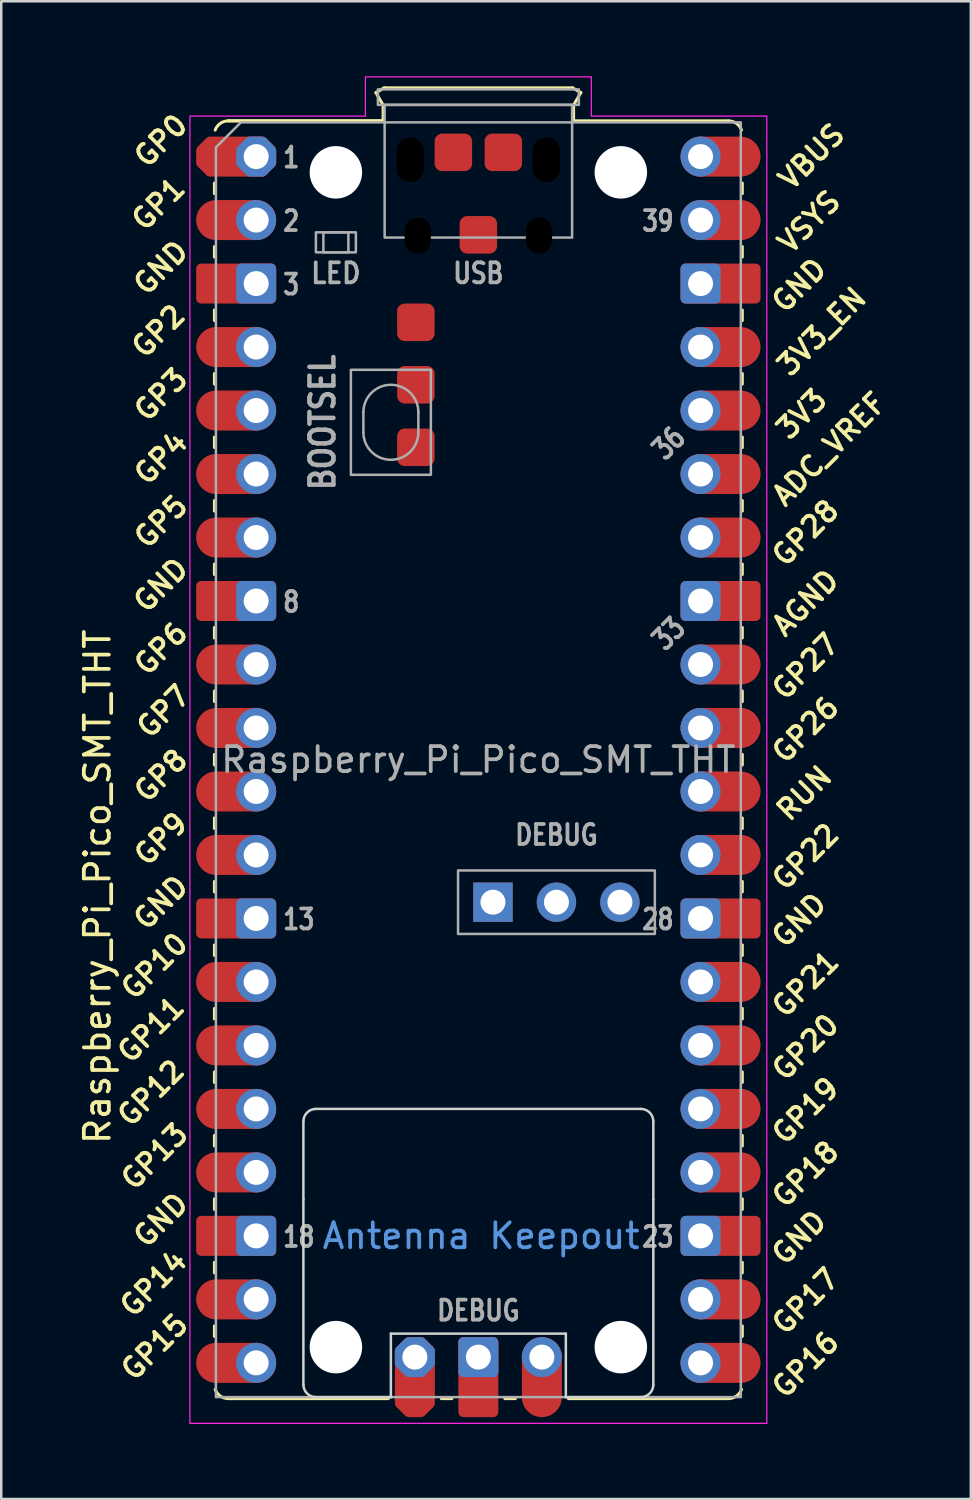
<source format=kicad_pcb>
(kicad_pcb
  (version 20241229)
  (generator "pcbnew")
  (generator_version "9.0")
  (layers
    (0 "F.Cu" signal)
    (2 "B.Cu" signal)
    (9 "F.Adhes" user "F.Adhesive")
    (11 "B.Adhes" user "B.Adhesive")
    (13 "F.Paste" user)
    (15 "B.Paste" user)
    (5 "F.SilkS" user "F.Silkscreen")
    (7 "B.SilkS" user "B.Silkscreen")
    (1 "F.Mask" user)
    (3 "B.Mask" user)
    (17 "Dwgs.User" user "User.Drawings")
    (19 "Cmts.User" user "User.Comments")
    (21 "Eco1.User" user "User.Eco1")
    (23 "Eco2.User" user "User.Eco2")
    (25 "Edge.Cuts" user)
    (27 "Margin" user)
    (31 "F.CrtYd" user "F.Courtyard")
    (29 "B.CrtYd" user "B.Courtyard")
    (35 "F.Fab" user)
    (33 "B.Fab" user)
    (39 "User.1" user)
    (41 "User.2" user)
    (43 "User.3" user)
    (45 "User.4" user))
  (footprint "Raspberry_Pi_Pico_SMT_THT"
    (layer "F.Cu")
    (at 7.198 3.215)
    (property "Reference" "Raspberry_Pi_Pico_SMT_THT" (at -6.35 29.21 270) (layer "F.SilkS") (effects (font (size 1 1) (thickness 0.15))))
    (attr through_hole)
    (fp_line (start -1.67 1.06) (end -1.67 1.48) (stroke (width 0.12) (type solid)) (layer "F.SilkS"))
    (fp_line (start -1.67 3.6) (end -1.67 4.02) (stroke (width 0.12) (type solid)) (layer "F.SilkS"))
    (fp_line (start -1.67 6.14) (end -1.67 6.56) (stroke (width 0.12) (type solid)) (layer "F.SilkS"))
    (fp_line (start -1.67 8.68) (end -1.67 9.1) (stroke (width 0.12) (type solid)) (layer "F.SilkS"))
    (fp_line (start -1.67 11.22) (end -1.67 11.64) (stroke (width 0.12) (type solid)) (layer "F.SilkS"))
    (fp_line (start -1.67 13.76) (end -1.67 14.18) (stroke (width 0.12) (type solid)) (layer "F.SilkS"))
    (fp_line (start -1.67 16.3) (end -1.67 16.72) (stroke (width 0.12) (type solid)) (layer "F.SilkS"))
    (fp_line (start -1.67 18.84) (end -1.67 19.26) (stroke (width 0.12) (type solid)) (layer "F.SilkS"))
    (fp_line (start -1.67 21.38) (end -1.67 21.8) (stroke (width 0.12) (type solid)) (layer "F.SilkS"))
    (fp_line (start -1.67 23.92) (end -1.67 24.34) (stroke (width 0.12) (type solid)) (layer "F.SilkS"))
    (fp_line (start -1.67 26.46) (end -1.67 26.88) (stroke (width 0.12) (type solid)) (layer "F.SilkS"))
    (fp_line (start -1.67 29) (end -1.67 29.42) (stroke (width 0.12) (type solid)) (layer "F.SilkS"))
    (fp_line (start -1.67 31.54) (end -1.67 31.96) (stroke (width 0.12) (type solid)) (layer "F.SilkS"))
    (fp_line (start -1.67 34.08) (end -1.67 34.5) (stroke (width 0.12) (type solid)) (layer "F.SilkS"))
    (fp_line (start -1.67 36.62) (end -1.67 37.04) (stroke (width 0.12) (type solid)) (layer "F.SilkS"))
    (fp_line (start -1.67 39.16) (end -1.67 39.58) (stroke (width 0.12) (type solid)) (layer "F.SilkS"))
    (fp_line (start -1.67 41.7) (end -1.67 42.12) (stroke (width 0.12) (type solid)) (layer "F.SilkS"))
    (fp_line (start -1.67 44.24) (end -1.67 44.66) (stroke (width 0.12) (type solid)) (layer "F.SilkS"))
    (fp_line (start -1.67 46.78) (end -1.67 47.2) (stroke (width 0.12) (type solid)) (layer "F.SilkS"))
    (fp_line (start -1.11 -1.43) (end 5.08 -1.43) (stroke (width 0.12) (type solid)) (layer "F.SilkS"))
    (fp_line (start -1.11 49.69) (end 5.29 49.69) (stroke (width 0.12) (type solid)) (layer "F.SilkS"))
    (fp_line (start 4.79 -2.56) (end 5.12 -2.75) (stroke (width 0.12) (type solid)) (layer "F.SilkS"))
    (fp_line (start 5.08 -2.06) (end 4.79 -2.56) (stroke (width 0.12) (type solid)) (layer "F.SilkS"))
    (fp_line (start 5.08 -1.43) (end -1.11 -1.43) (stroke (width 0.12) (type solid)) (layer "F.SilkS"))
    (fp_line (start 5.08 -1.43) (end 5.08 -2.06) (stroke (width 0.12) (type solid)) (layer "F.SilkS"))
    (fp_line (start 5.12 -2.75) (end 12.66 -2.75) (stroke (width 0.12) (type solid)) (layer "F.SilkS"))
    (fp_line (start 7.41 49.69) (end 7.83 49.69) (stroke (width 0.12) (type solid)) (layer "F.SilkS"))
    (fp_line (start 9.95 49.69) (end 10.37 49.69) (stroke (width 0.12) (type solid)) (layer "F.SilkS"))
    (fp_line (start 12.49 49.69) (end 18.89 49.69) (stroke (width 0.12) (type solid)) (layer "F.SilkS"))
    (fp_line (start 12.66 -2.75) (end 12.99 -2.56) (stroke (width 0.12) (type solid)) (layer "F.SilkS"))
    (fp_line (start 12.7 -2.06) (end 12.7 -1.43) (stroke (width 0.12) (type solid)) (layer "F.SilkS"))
    (fp_line (start 12.99 -2.56) (end 12.7 -2.06) (stroke (width 0.12) (type solid)) (layer "F.SilkS"))
    (fp_line (start 18.89 -1.43) (end 12.7 -1.43) (stroke (width 0.12) (type solid)) (layer "F.SilkS"))
    (fp_line (start 19.45 1.06) (end 19.45 1.48) (stroke (width 0.12) (type solid)) (layer "F.SilkS"))
    (fp_line (start 19.45 3.6) (end 19.45 4.02) (stroke (width 0.12) (type solid)) (layer "F.SilkS"))
    (fp_line (start 19.45 6.14) (end 19.45 6.56) (stroke (width 0.12) (type solid)) (layer "F.SilkS"))
    (fp_line (start 19.45 8.68) (end 19.45 9.1) (stroke (width 0.12) (type solid)) (layer "F.SilkS"))
    (fp_line (start 19.45 11.22) (end 19.45 11.64) (stroke (width 0.12) (type solid)) (layer "F.SilkS"))
    (fp_line (start 19.45 13.76) (end 19.45 14.18) (stroke (width 0.12) (type solid)) (layer "F.SilkS"))
    (fp_line (start 19.45 16.3) (end 19.45 16.72) (stroke (width 0.12) (type solid)) (layer "F.SilkS"))
    (fp_line (start 19.45 18.84) (end 19.45 19.26) (stroke (width 0.12) (type solid)) (layer "F.SilkS"))
    (fp_line (start 19.45 21.38) (end 19.45 21.8) (stroke (width 0.12) (type solid)) (layer "F.SilkS"))
    (fp_line (start 19.45 23.92) (end 19.45 24.34) (stroke (width 0.12) (type solid)) (layer "F.SilkS"))
    (fp_line (start 19.45 26.46) (end 19.45 26.88) (stroke (width 0.12) (type solid)) (layer "F.SilkS"))
    (fp_line (start 19.45 29) (end 19.45 29.42) (stroke (width 0.12) (type solid)) (layer "F.SilkS"))
    (fp_line (start 19.45 31.54) (end 19.45 31.96) (stroke (width 0.12) (type solid)) (layer "F.SilkS"))
    (fp_line (start 19.45 34.08) (end 19.45 34.5) (stroke (width 0.12) (type solid)) (layer "F.SilkS"))
    (fp_line (start 19.45 36.62) (end 19.45 37.04) (stroke (width 0.12) (type solid)) (layer "F.SilkS"))
    (fp_line (start 19.45 39.16) (end 19.45 39.58) (stroke (width 0.12) (type solid)) (layer "F.SilkS"))
    (fp_line (start 19.45 41.7) (end 19.45 42.12) (stroke (width 0.12) (type solid)) (layer "F.SilkS"))
    (fp_line (start 19.45 44.24) (end 19.45 44.66) (stroke (width 0.12) (type solid)) (layer "F.SilkS"))
    (fp_line (start 19.45 46.78) (end 19.45 47.2) (stroke (width 0.12) (type solid)) (layer "F.SilkS"))
    (fp_arc (start -1.64 -1.06) (mid -1.433508 -1.328808) (end -1.11 -1.43) (stroke (width 0.12) (type solid)) (layer "F.SilkS"))
    (fp_arc (start -1.11 49.69) (mid -1.433508 49.588809) (end -1.64 49.32) (stroke (width 0.12) (type solid)) (layer "F.SilkS"))
    (fp_arc (start 18.89 -1.43) (mid 19.213508 -1.328809) (end 19.42 -1.06) (stroke (width 0.12) (type solid)) (layer "F.SilkS"))
    (fp_arc (start 19.42 49.32) (mid 19.213508 49.588808) (end 18.89 49.69) (stroke (width 0.12) (type solid)) (layer "F.SilkS"))
    (fp_line (start 1.89 38.6) (end 1.89 41.73) (stroke (width 0.1) (type default)) (layer "Edge.Cuts"))
    (fp_line (start 1.89 49.13) (end 1.89 41.73) (stroke (width 0.1) (type solid)) (layer "Edge.Cuts"))
    (fp_line (start 2.39 38.1) (end 15.39 38.1) (stroke (width 0.1) (type solid)) (layer "Edge.Cuts"))
    (fp_line (start 2.39 49.63) (end 5.39 49.63) (stroke (width 0.1) (type default)) (layer "Edge.Cuts"))
    (fp_line (start 5.39 49.63) (end 5.39 47.09) (stroke (width 0.1) (type default)) (layer "Edge.Cuts"))
    (fp_line (start 12.39 47.09) (end 5.39 47.09) (stroke (width 0.1) (type default)) (layer "Edge.Cuts"))
    (fp_line (start 12.39 49.63) (end 12.39 47.09) (stroke (width 0.1) (type default)) (layer "Edge.Cuts"))
    (fp_line (start 15.39 49.63) (end 12.39 49.63) (stroke (width 0.1) (type default)) (layer "Edge.Cuts"))
    (fp_line (start 15.89 38.6) (end 15.89 41.73) (stroke (width 0.1) (type default)) (layer "Edge.Cuts"))
    (fp_line (start 15.89 41.73) (end 15.89 49.13) (stroke (width 0.1) (type solid)) (layer "Edge.Cuts"))
    (fp_arc (start 1.89 38.6) (mid 2.036447 38.246447) (end 2.39 38.1) (stroke (width 0.1) (type solid)) (layer "Edge.Cuts"))
    (fp_arc (start 2.39 49.63) (mid 2.036447 49.483553) (end 1.89 49.13) (stroke (width 0.1) (type solid)) (layer "Edge.Cuts"))
    (fp_arc (start 15.39 38.1) (mid 15.743553 38.246447) (end 15.89 38.6) (stroke (width 0.1) (type solid)) (layer "Edge.Cuts"))
    (fp_arc (start 15.89 49.13) (mid 15.743553 49.483553) (end 15.39 49.63) (stroke (width 0.1) (type solid)) (layer "Edge.Cuts"))
    (fp_poly (pts (xy 13.41 -1.62) (xy 20.43 -1.62) (xy 20.43 50.68) (xy -2.65 50.68) (xy -2.65 -1.62) (xy 4.37 -1.62) (xy 4.37 -3.19) (xy 13.41 -3.19)) (stroke (width 0.05) (type solid)) (fill no) (layer "F.CrtYd"))
    (fp_line (start 4.29 10.23) (end 4.29 11.03) (stroke (width 0.1) (type solid)) (layer "F.Fab"))
    (fp_line (start 6.49 10.23) (end 6.49 11.03) (stroke (width 0.1) (type solid)) (layer "F.Fab"))
    (fp_rect (start 2.39 3.03) (end 3.99 3.83) (stroke (width 0.1) (type solid)) (fill no) (layer "F.Fab"))
    (fp_rect (start 2.69 3.03) (end 3.69 3.83) (stroke (width 0.1) (type solid)) (fill no) (layer "F.Fab"))
    (fp_rect (start 3.79 8.53) (end 6.99 12.73) (stroke (width 0.1) (type solid)) (fill no) (layer "F.Fab"))
    (fp_rect (start 4.87 -2.69) (end 12.91 -2.07) (stroke (width 0.1) (type solid)) (fill no) (layer "F.Fab"))
    (fp_rect (start 5.14 -2.07) (end 12.64 3.24) (stroke (width 0.1) (type solid)) (fill no) (layer "F.Fab"))
    (fp_rect (start 8.077 28.56) (end 15.951 31.1) (stroke (width 0.1) (type solid)) (fill no) (layer "F.Fab"))
    (fp_arc (start 4.29 10.23) (mid 5.39 9.13) (end 6.49 10.23) (stroke (width 0.1) (type solid)) (layer "F.Fab"))
    (fp_arc (start 6.49 11.03) (mid 5.39 12.13) (end 4.29 11.03) (stroke (width 0.1) (type solid)) (layer "F.Fab"))
    (fp_poly (pts (xy 19.39 49.63) (xy -1.61 49.63) (xy -1.61 -0.37) (xy -0.61 -1.37) (xy 19.39 -1.37)) (stroke (width 0.1) (type solid)) (fill no) (layer "F.Fab"))
    (fp_text user "GP6" (at -3.81 19.685 45) (layer "F.SilkS") (effects (font (size 0.8 0.8) (thickness 0.15))))
    (fp_text user "GP3" (at -3.81 9.525 45) (layer "F.SilkS") (effects (font (size 0.8 0.8) (thickness 0.15))))
    (fp_text user "3V3" (at 21.825 10.3 45) (layer "F.SilkS") (effects (font (size 0.8 0.8) (thickness 0.15))))
    (fp_text user "GP15" (at -4.064 47.625 45) (layer "F.SilkS") (effects (font (size 0.8 0.8) (thickness 0.15))))
    (fp_text user "GP19" (at 21.979 38.17 45) (layer "F.SilkS") (effects (font (size 0.8 0.8) (thickness 0.15))))
    (fp_text user "3V3_EN" (at 22.625 7 45) (layer "F.SilkS") (effects (font (size 0.8 0.8) (thickness 0.15))))
    (fp_text user "GP5" (at -3.81 14.605 45) (layer "F.SilkS") (effects (font (size 0.8 0.8) (thickness 0.15))))
    (fp_text user "GND" (at -3.81 17.145 45) (layer "F.SilkS") (effects (font (size 0.8 0.8) (thickness 0.15))))
    (fp_text user "GP2" (at -3.91 6.985 45) (layer "F.SilkS") (effects (font (size 0.8 0.8) (thickness 0.15))))
    (fp_text user "GND" (at -3.81 29.845 45) (layer "F.SilkS") (effects (font (size 0.8 0.8) (thickness 0.15))))
    (fp_text user "GP11" (at -4.21 34.925 45) (layer "F.SilkS") (effects (font (size 0.8 0.8) (thickness 0.15))))
    (fp_text user "GND" (at 21.725 30.55 45) (layer "F.SilkS") (effects (font (size 0.8 0.8) (thickness 0.15))))
    (fp_text user "VSYS" (at 22.125 2.61 45) (layer "F.SilkS") (effects (font (size 0.8 0.8) (thickness 0.15))))
    (fp_text user "GP26" (at 21.979 22.93 45) (layer "F.SilkS") (effects (font (size 0.8 0.8) (thickness 0.15))))
    (fp_text user "AGND" (at 21.979 17.85 45) (layer "F.SilkS") (effects (font (size 0.8 0.8) (thickness 0.15))))
    (fp_text user "GP14" (at -4.11 45.085 45) (layer "F.SilkS") (effects (font (size 0.8 0.8) (thickness 0.15))))
    (fp_text user "GP27" (at 21.979 20.4 45) (layer "F.SilkS") (effects (font (size 0.8 0.8) (thickness 0.15))))
    (fp_text user "VBUS" (at 22.225 0 45) (layer "F.SilkS") (effects (font (size 0.8 0.8) (thickness 0.15))))
    (fp_text user "GP17" (at 21.979 45.79 45) (layer "F.SilkS") (effects (font (size 0.8 0.8) (thickness 0.15))))
    (fp_text user "GND" (at -3.81 4.445 45) (layer "F.SilkS") (effects (font (size 0.8 0.8) (thickness 0.15))))
    (fp_text user "GP18" (at 21.979 40.71 45) (layer "F.SilkS") (effects (font (size 0.8 0.8) (thickness 0.15))))
    (fp_text user "GND" (at -3.81 42.545 45) (layer "F.SilkS") (effects (font (size 0.8 0.8) (thickness 0.15))))
    (fp_text user "GP1" (at -3.91 1.895 45) (layer "F.SilkS") (effects (font (size 0.8 0.8) (thickness 0.15))))
    (fp_text user "GP7" (at -3.71 22.195 45) (layer "F.SilkS") (effects (font (size 0.8 0.8) (thickness 0.15))))
    (fp_text user "GP4" (at -3.81 12.065 45) (layer "F.SilkS") (effects (font (size 0.8 0.8) (thickness 0.15))))
    (fp_text user "RUN" (at 21.925 25.47 45) (layer "F.SilkS") (effects (font (size 0.8 0.8) (thickness 0.15))))
    (fp_text user "GP9" (at -3.81 27.305 45) (layer "F.SilkS") (effects (font (size 0.8 0.8) (thickness 0.15))))
    (fp_text user "ADC_VREF" (at 22.925 11.7 45) (layer "F.SilkS") (effects (font (size 0.8 0.8) (thickness 0.15))))
    (fp_text user "GP22" (at 21.979 28.01 45) (layer "F.SilkS") (effects (font (size 0.8 0.8) (thickness 0.15))))
    (fp_text user "GND" (at 21.725 43.25 45) (layer "F.SilkS") (effects (font (size 0.8 0.8) (thickness 0.15))))
    (fp_text user "GP21" (at 21.979 33.1 45) (layer "F.SilkS") (effects (font (size 0.8 0.8) (thickness 0.15))))
    (fp_text user "GP8" (at -3.81 24.765 45) (layer "F.SilkS") (effects (font (size 0.8 0.8) (thickness 0.15))))
    (fp_text user "GP0" (at -3.81 -0.635 45) (layer "F.SilkS") (effects (font (size 0.8 0.8) (thickness 0.15))))
    (fp_text user "GP28" (at 21.979 15.056 45) (layer "F.SilkS") (effects (font (size 0.8 0.8) (thickness 0.15))))
    (fp_text user "GP10" (at -4.064 32.385 45) (layer "F.SilkS") (effects (font (size 0.8 0.8) (thickness 0.15))))
    (fp_text user "GP13" (at -4.064 40.005 45) (layer "F.SilkS") (effects (font (size 0.8 0.8) (thickness 0.15))))
    (fp_text user "GP20" (at 21.979 35.63 45) (layer "F.SilkS") (effects (font (size 0.8 0.8) (thickness 0.15))))
    (fp_text user "GP16" (at 21.979 48.33 45) (layer "F.SilkS") (effects (font (size 0.8 0.8) (thickness 0.15))))
    (fp_text user "GP12" (at -4.21 37.465 45) (layer "F.SilkS") (effects (font (size 0.8 0.8) (thickness 0.15))))
    (fp_text user "GND" (at 21.725 5.15 45) (layer "F.SilkS") (effects (font (size 0.8 0.8) (thickness 0.15))))
    (fp_text user "Antenna Keepout" (at 9 43.18 0) (unlocked yes) (layer "Cmts.User") (effects (font (size 1 1) (thickness 0.15))))
    (fp_text user "USB" (at 8.89 4.668 0) (unlocked yes) (layer "F.Fab") (effects (font (size 0.8 0.66) (thickness 0.15))))
    (fp_text user "2" (at 1 2.578 0) (unlocked yes) (layer "F.Fab") (effects (font (size 0.8 0.64) (thickness 0.15)) (justify left)))
    (fp_text user "${REFERENCE}" (at 8.89 24.13 0) (unlocked yes) (layer "F.Fab") (effects (font (size 1 1) (thickness 0.15))))
    (fp_text user "DEBUG" (at 8.89 46.168 0) (unlocked yes) (layer "F.Fab") (effects (font (size 0.8 0.66) (thickness 0.15))))
    (fp_text user "13" (at 1 30.518 0) (unlocked yes) (layer "F.Fab") (effects (font (size 0.8 0.64) (thickness 0.15)) (justify left)))
    (fp_text user "DEBUG" (at 12.014 27.138 0) (unlocked yes) (layer "F.Fab") (effects (font (size 0.8 0.66) (thickness 0.15))))
    (fp_text user "28" (at 16.78 30.518 0) (unlocked yes) (layer "F.Fab") (effects (font (size 0.8 0.64) (thickness 0.15)) (justify right)))
    (fp_text user "1" (at 1 0.038 0) (unlocked yes) (layer "F.Fab") (effects (font (size 0.8 0.64) (thickness 0.15)) (justify left)))
    (fp_text user "8" (at 1 17.818 0) (unlocked yes) (layer "F.Fab") (effects (font (size 0.8 0.64) (thickness 0.15)) (justify left)))
    (fp_text user "18" (at 1 43.218 0) (unlocked yes) (layer "F.Fab") (effects (font (size 0.8 0.64) (thickness 0.15)) (justify left)))
    (fp_text user "23" (at 16.78 43.218 0) (unlocked yes) (layer "F.Fab") (effects (font (size 0.8 0.64) (thickness 0.15)) (justify right)))
    (fp_text user "3" (at 1 5.118 0) (unlocked yes) (layer "F.Fab") (effects (font (size 0.8 0.64) (thickness 0.15)) (justify left)))
    (fp_text user "39" (at 16.78 2.578 0) (unlocked yes) (layer "F.Fab") (effects (font (size 0.8 0.64) (thickness 0.15)) (justify right)))
    (fp_text user "BOOTSEL" (at 2.656 10.63 90) (unlocked yes) (layer "F.Fab") (effects (font (size 0.96 0.825) (thickness 0.18))))
    (fp_text user "36" (at 16.51 11.468 45) (unlocked yes) (layer "F.Fab") (effects (font (size 0.8 0.64) (thickness 0.15))))
    (fp_text user "LED" (at 3.19 4.668 0) (unlocked yes) (layer "F.Fab") (effects (font (size 0.8 0.72) (thickness 0.15))))
    (fp_text user "33" (at 16.51 19.088 45) (unlocked yes) (layer "F.Fab") (effects (font (size 0.8 0.64) (thickness 0.15))))
    (pad "" np_thru_hole circle (at 3.19 0.63) (size 2.1 2.1) (drill 2.1) (layers "*.Cu" "*.Mask"))
    (pad "" np_thru_hole circle (at 3.19 47.63) (size 2.1 2.1) (drill 2.1) (layers "*.Cu" "*.Mask"))
    (pad "" np_thru_hole oval (at 6.165 0.13) (size 1.1 1.8) (drill oval 1.1 1.8) (layers "*.Mask"))
    (pad "" np_thru_hole oval (at 6.465 3.16) (size 1.05 1.45) (drill oval 1.05 1.45) (layers "*.Mask"))
    (pad "" np_thru_hole oval (at 11.315 3.16) (size 1.05 1.45) (drill oval 1.05 1.45) (layers "*.Mask"))
    (pad "" np_thru_hole oval (at 11.615 0.13) (size 1.1 1.8) (drill oval 1.1 1.8) (layers "*.Mask"))
    (pad "" np_thru_hole circle (at 14.59 0.63) (size 2.1 2.1) (drill 2.1) (layers "*.Cu" "*.Mask"))
    (pad "" np_thru_hole circle (at 14.59 47.63) (size 2.1 2.1) (drill 2.1) (layers "*.Cu" "*.Mask"))
    (pad "1" smd custom (at -1.6 0) (size 1.6 1.6) (layers "F.Cu" "F.Mask") (options (anchor circle)) (primitives (gr_poly (pts (xy 2.2 0.249) (xy 1.849 0.6) (xy -0.249 0.6) (xy -0.6 0.249) (xy -0.6 -0.249) (xy -0.249 -0.6) (xy 1.849 -0.6) (xy 2.2 -0.249)) (width 0.4) (fill yes))))
    (pad "1" thru_hole custom (at 0 0) (size 1.6 1.6) (drill 1) (layers "*.Cu" "*.Mask") (options (anchor circle)) (primitives (gr_poly (pts (xy 0.6 0.249) (xy 0.249 0.6) (xy -0.249 0.6) (xy -0.6 0.249) (xy -0.6 -0.249) (xy -0.249 -0.6) (xy 0.249 -0.6) (xy 0.6 -0.249)) (width 0.4) (fill yes))))
    (pad "2" smd oval (at -1.6 2.54) (size 3.2 1.6) (drill (offset 0.8 0)) (layers "F.Cu" "F.Mask"))
    (pad "2" thru_hole circle (at 0 2.54) (size 1.6 1.6) (drill 1) (layers "*.Cu" "*.Mask"))
    (pad "3" smd roundrect (at -1.6 5.08) (size 3.2 1.6) (drill (offset 0.8 0)) (layers "F.Cu" "F.Mask") (roundrect_rratio 0.125))
    (pad "3" thru_hole roundrect (at 0 5.08) (size 1.6 1.6) (drill 1) (layers "*.Cu" "*.Mask") (roundrect_rratio 0.125))
    (pad "4" smd oval (at -1.6 7.62) (size 3.2 1.6) (drill (offset 0.8 0)) (layers "F.Cu" "F.Mask"))
    (pad "4" thru_hole circle (at 0 7.62) (size 1.6 1.6) (drill 1) (layers "*.Cu" "*.Mask"))
    (pad "5" smd oval (at -1.6 10.16) (size 3.2 1.6) (drill (offset 0.8 0)) (layers "F.Cu" "F.Mask"))
    (pad "5" thru_hole circle (at 0 10.16) (size 1.6 1.6) (drill 1) (layers "*.Cu" "*.Mask"))
    (pad "6" smd oval (at -1.6 12.7) (size 3.2 1.6) (drill (offset 0.8 0)) (layers "F.Cu" "F.Mask"))
    (pad "6" thru_hole circle (at 0 12.7) (size 1.6 1.6) (drill 1) (layers "*.Cu" "*.Mask"))
    (pad "7" smd oval (at -1.6 15.24) (size 3.2 1.6) (drill (offset 0.8 0)) (layers "F.Cu" "F.Mask"))
    (pad "7" thru_hole circle (at 0 15.24) (size 1.6 1.6) (drill 1) (layers "*.Cu" "*.Mask"))
    (pad "8" smd roundrect (at -1.6 17.78) (size 3.2 1.6) (drill (offset 0.8 0)) (layers "F.Cu" "F.Mask") (roundrect_rratio 0.125))
    (pad "8" thru_hole roundrect (at 0 17.78) (size 1.6 1.6) (drill 1) (layers "*.Cu" "*.Mask") (roundrect_rratio 0.125))
    (pad "9" smd oval (at -1.6 20.32) (size 3.2 1.6) (drill (offset 0.8 0)) (layers "F.Cu" "F.Mask"))
    (pad "9" thru_hole circle (at 0 20.32) (size 1.6 1.6) (drill 1) (layers "*.Cu" "*.Mask"))
    (pad "10" smd oval (at -1.6 22.86) (size 3.2 1.6) (drill (offset 0.8 0)) (layers "F.Cu" "F.Mask"))
    (pad "10" thru_hole circle (at 0 22.86) (size 1.6 1.6) (drill 1) (layers "*.Cu" "*.Mask"))
    (pad "11" smd oval (at -1.6 25.4) (size 3.2 1.6) (drill (offset 0.8 0)) (layers "F.Cu" "F.Mask"))
    (pad "11" thru_hole circle (at 0 25.4) (size 1.6 1.6) (drill 1) (layers "*.Cu" "*.Mask"))
    (pad "12" smd oval (at -1.6 27.94) (size 3.2 1.6) (drill (offset 0.8 0)) (layers "F.Cu" "F.Mask"))
    (pad "12" thru_hole circle (at 0 27.94) (size 1.6 1.6) (drill 1) (layers "*.Cu" "*.Mask"))
    (pad "13" smd roundrect (at -1.6 30.48) (size 3.2 1.6) (drill (offset 0.8 0)) (layers "F.Cu" "F.Mask") (roundrect_rratio 0.125))
    (pad "13" thru_hole roundrect (at 0 30.48) (size 1.6 1.6) (drill 1) (layers "*.Cu" "*.Mask") (roundrect_rratio 0.125))
    (pad "14" smd oval (at -1.6 33.02) (size 3.2 1.6) (drill (offset 0.8 0)) (layers "F.Cu" "F.Mask"))
    (pad "14" thru_hole circle (at 0 33.02) (size 1.6 1.6) (drill 1) (layers "*.Cu" "*.Mask"))
    (pad "15" smd oval (at -1.6 35.56) (size 3.2 1.6) (drill (offset 0.8 0)) (layers "F.Cu" "F.Mask"))
    (pad "15" thru_hole circle (at 0 35.56) (size 1.6 1.6) (drill 1) (layers "*.Cu" "*.Mask"))
    (pad "16" smd oval (at -1.6 38.1) (size 3.2 1.6) (drill (offset 0.8 0)) (layers "F.Cu" "F.Mask"))
    (pad "16" thru_hole circle (at 0 38.1) (size 1.6 1.6) (drill 1) (layers "*.Cu" "*.Mask"))
    (pad "17" smd oval (at -1.6 40.64) (size 3.2 1.6) (drill (offset 0.8 0)) (layers "F.Cu" "F.Mask"))
    (pad "17" thru_hole circle (at 0 40.64) (size 1.6 1.6) (drill 1) (layers "*.Cu" "*.Mask"))
    (pad "18" smd roundrect (at -1.6 43.18) (size 3.2 1.6) (drill (offset 0.8 0)) (layers "F.Cu" "F.Mask") (roundrect_rratio 0.125))
    (pad "18" thru_hole roundrect (at 0 43.18) (size 1.6 1.6) (drill 1) (layers "*.Cu" "*.Mask") (roundrect_rratio 0.125))
    (pad "19" smd oval (at -1.6 45.72) (size 3.2 1.6) (drill (offset 0.8 0)) (layers "F.Cu" "F.Mask"))
    (pad "19" thru_hole circle (at 0 45.72) (size 1.6 1.6) (drill 1) (layers "*.Cu" "*.Mask"))
    (pad "20" smd oval (at -1.6 48.26) (size 3.2 1.6) (drill (offset 0.8 0)) (layers "F.Cu" "F.Mask"))
    (pad "20" thru_hole circle (at 0 48.26) (size 1.6 1.6) (drill 1) (layers "*.Cu" "*.Mask"))
    (pad "21" thru_hole circle (at 17.78 48.26) (size 1.6 1.6) (drill 1) (layers "*.Cu" "*.Mask"))
    (pad "21" smd oval (at 19.38 48.26) (size 3.2 1.6) (drill (offset -0.8 0)) (layers "F.Cu" "F.Mask"))
    (pad "22" thru_hole circle (at 17.78 45.72) (size 1.6 1.6) (drill 1) (layers "*.Cu" "*.Mask"))
    (pad "22" smd oval (at 19.38 45.72) (size 3.2 1.6) (drill (offset -0.8 0)) (layers "F.Cu" "F.Mask"))
    (pad "23" thru_hole roundrect (at 17.78 43.18) (size 1.6 1.6) (drill 1) (layers "*.Cu" "*.Mask") (roundrect_rratio 0.125))
    (pad "23" smd roundrect (at 19.38 43.18) (size 3.2 1.6) (drill (offset -0.8 0)) (layers "F.Cu" "F.Mask") (roundrect_rratio 0.125))
    (pad "24" thru_hole circle (at 17.78 40.64) (size 1.6 1.6) (drill 1) (layers "*.Cu" "*.Mask"))
    (pad "24" smd oval (at 19.38 40.64) (size 3.2 1.6) (drill (offset -0.8 0)) (layers "F.Cu" "F.Mask"))
    (pad "25" thru_hole circle (at 17.78 38.1) (size 1.6 1.6) (drill 1) (layers "*.Cu" "*.Mask"))
    (pad "25" smd oval (at 19.38 38.1) (size 3.2 1.6) (drill (offset -0.8 0)) (layers "F.Cu" "F.Mask"))
    (pad "26" thru_hole circle (at 17.78 35.56) (size 1.6 1.6) (drill 1) (layers "*.Cu" "*.Mask"))
    (pad "26" smd oval (at 19.38 35.56) (size 3.2 1.6) (drill (offset -0.8 0)) (layers "F.Cu" "F.Mask"))
    (pad "27" thru_hole circle (at 17.78 33.02) (size 1.6 1.6) (drill 1) (layers "*.Cu" "*.Mask"))
    (pad "27" smd oval (at 19.38 33.02) (size 3.2 1.6) (drill (offset -0.8 0)) (layers "F.Cu" "F.Mask"))
    (pad "28" thru_hole roundrect (at 17.78 30.48) (size 1.6 1.6) (drill 1) (layers "*.Cu" "*.Mask") (roundrect_rratio 0.125))
    (pad "28" smd roundrect (at 19.38 30.48) (size 3.2 1.6) (drill (offset -0.8 0)) (layers "F.Cu" "F.Mask") (roundrect_rratio 0.125))
    (pad "29" thru_hole circle (at 17.78 27.94) (size 1.6 1.6) (drill 1) (layers "*.Cu" "*.Mask"))
    (pad "29" smd oval (at 19.38 27.94) (size 3.2 1.6) (drill (offset -0.8 0)) (layers "F.Cu" "F.Mask"))
    (pad "30" thru_hole circle (at 17.78 25.4) (size 1.6 1.6) (drill 1) (layers "*.Cu" "*.Mask"))
    (pad "30" smd oval (at 19.38 25.4) (size 3.2 1.6) (drill (offset -0.8 0)) (layers "F.Cu" "F.Mask"))
    (pad "31" thru_hole circle (at 17.78 22.86) (size 1.6 1.6) (drill 1) (layers "*.Cu" "*.Mask"))
    (pad "31" smd oval (at 19.38 22.86) (size 3.2 1.6) (drill (offset -0.8 0)) (layers "F.Cu" "F.Mask"))
    (pad "32" thru_hole circle (at 17.78 20.32) (size 1.6 1.6) (drill 1) (layers "*.Cu" "*.Mask"))
    (pad "32" smd oval (at 19.38 20.32) (size 3.2 1.6) (drill (offset -0.8 0)) (layers "F.Cu" "F.Mask"))
    (pad "33" thru_hole roundrect (at 17.78 17.78) (size 1.6 1.6) (drill 1) (layers "*.Cu" "*.Mask") (roundrect_rratio 0.125))
    (pad "33" smd roundrect (at 19.38 17.78) (size 3.2 1.6) (drill (offset -0.8 0)) (layers "F.Cu" "F.Mask") (roundrect_rratio 0.125))
    (pad "34" thru_hole circle (at 17.78 15.24) (size 1.6 1.6) (drill 1) (layers "*.Cu" "*.Mask"))
    (pad "34" smd oval (at 19.38 15.24) (size 3.2 1.6) (drill (offset -0.8 0)) (layers "F.Cu" "F.Mask"))
    (pad "35" thru_hole circle (at 17.78 12.7) (size 1.6 1.6) (drill 1) (layers "*.Cu" "*.Mask"))
    (pad "35" smd oval (at 19.38 12.7) (size 3.2 1.6) (drill (offset -0.8 0)) (layers "F.Cu" "F.Mask"))
    (pad "36" thru_hole circle (at 17.78 10.16) (size 1.6 1.6) (drill 1) (layers "*.Cu" "*.Mask"))
    (pad "36" smd oval (at 19.38 10.16) (size 3.2 1.6) (drill (offset -0.8 0)) (layers "F.Cu" "F.Mask"))
    (pad "37" thru_hole circle (at 17.78 7.62) (size 1.6 1.6) (drill 1) (layers "*.Cu" "*.Mask"))
    (pad "37" smd oval (at 19.38 7.62) (size 3.2 1.6) (drill (offset -0.8 0)) (layers "F.Cu" "F.Mask"))
    (pad "38" thru_hole roundrect (at 17.78 5.08) (size 1.6 1.6) (drill 1) (layers "*.Cu" "*.Mask") (roundrect_rratio 0.125))
    (pad "38" smd roundrect (at 19.38 5.08) (size 3.2 1.6) (drill (offset -0.8 0)) (layers "F.Cu" "F.Mask") (roundrect_rratio 0.125))
    (pad "39" thru_hole circle (at 17.78 2.54) (size 1.6 1.6) (drill 1) (layers "*.Cu" "*.Mask"))
    (pad "39" smd oval (at 19.38 2.54) (size 3.2 1.6) (drill (offset -0.8 0)) (layers "F.Cu" "F.Mask"))
    (pad "40" thru_hole circle (at 17.78 0) (size 1.6 1.6) (drill 1) (layers "*.Cu" "*.Mask"))
    (pad "40" smd oval (at 19.38 0) (size 3.2 1.6) (drill (offset -0.8 0)) (layers "F.Cu" "F.Mask"))
    (pad "41" thru_hole custom (at 6.35 48.03) (size 1.6 1.6) (drill 1) (layers "*.Cu" "*.Mask") (options (anchor circle)) (primitives (gr_poly (pts (xy 0.6 0.249) (xy 0.249 0.6) (xy -0.249 0.6) (xy -0.6 0.249) (xy -0.6 -0.249) (xy -0.249 -0.6) (xy 0.249 -0.6) (xy 0.6 -0.249)) (width 0.4) (fill yes))))
    (pad "41" smd custom (at 6.35 49.63) (size 1.6 1.6) (layers "F.Cu" "F.Mask") (options (anchor circle)) (primitives (gr_poly (pts (xy 0.6 0.249) (xy 0.249 0.6) (xy -0.249 0.6) (xy -0.6 0.249) (xy -0.6 -1.849) (xy -0.249 -2.2) (xy 0.249 -2.2) (xy 0.6 -1.849)) (width 0.4) (fill yes))))
    (pad "41" thru_hole rect (at 9.474 29.83) (size 1.575 1.575) (drill 1) (layers "*.Cu" "*.Mask"))
    (pad "42" thru_hole roundrect (at 8.89 48.03) (size 1.6 1.6) (drill 1) (layers "*.Cu" "*.Mask") (roundrect_rratio 0.125))
    (pad "42" smd roundrect (at 8.89 49.63) (size 1.6 3.2) (drill (offset 0 -0.8)) (layers "F.Cu" "F.Mask") (roundrect_rratio 0.125))
    (pad "42" thru_hole circle (at 12.014 29.83) (size 1.575 1.575) (drill 1) (layers "*.Cu" "*.Mask"))
    (pad "43" thru_hole circle (at 11.43 48.03) (size 1.6 1.6) (drill 1) (layers "*.Cu" "*.Mask"))
    (pad "43" smd oval (at 11.43 49.63) (size 1.6 3.2) (drill (offset 0 -0.8)) (layers "F.Cu" "F.Mask"))
    (pad "43" thru_hole circle (at 14.554 29.83) (size 1.575 1.575) (drill 1) (layers "*.Cu" "*.Mask"))
    (pad "51" smd roundrect (at 8.89 3.13) (size 1.5 1.5) (property pad_prop_testpoint) (layers "F.Cu" "F.Mask") (roundrect_rratio 0.2))
    (pad "52" smd roundrect (at 9.89 -0.17) (size 1.5 1.5) (property pad_prop_testpoint) (layers "F.Cu" "F.Mask") (roundrect_rratio 0.2))
    (pad "53" smd roundrect (at 7.89 -0.17) (size 1.5 1.5) (property pad_prop_testpoint) (layers "F.Cu" "F.Mask") (roundrect_rratio 0.2))
    (pad "54" smd roundrect (at 6.39 6.63) (size 1.5 1.5) (property pad_prop_testpoint) (layers "F.Cu" "F.Mask") (roundrect_rratio 0.2))
    (pad "55" smd roundrect (at 6.39 9.13) (size 1.5 1.5) (property pad_prop_testpoint) (layers "F.Cu" "F.Mask") (roundrect_rratio 0.2))
    (pad "56" smd roundrect (at 6.39 11.63) (size 1.5 1.5) (property pad_prop_testpoint) (layers "F.Cu" "F.Mask") (roundrect_rratio 0.2))
    (zone (net_name "") (layer "F.Cu") (name "Test Point Keepout") (hatch full 0.508) (connect_pads) (min_thickness 0.254) (filled_areas_thickness no) (keepout (tracks not_allowed) (vias not_allowed) (pads allowed) (copperpour not_allowed) (footprints allowed)) (placement (enabled no)) (fill) (polygon (pts (xy 14.638 10.895) (xy 12.538 10.895) (xy 12.538 8.795) (xy 14.638 8.795))))
    (zone (net_name "") (layer "F.Cu") (name "Test Point Keepout") (hatch full 0.508) (connect_pads) (min_thickness 0.254) (filled_areas_thickness no) (keepout (tracks not_allowed) (vias not_allowed) (pads allowed) (copperpour not_allowed) (footprints allowed)) (placement (enabled no)) (fill) (polygon (pts (xy 14.638 13.395) (xy 12.538 13.395) (xy 12.538 11.295) (xy 14.638 11.295))))
    (zone (net_name "") (layer "F.Cu") (name "Test Point Keepout") (hatch full 0.508) (connect_pads) (min_thickness 0.254) (filled_areas_thickness no) (keepout (tracks not_allowed) (vias not_allowed) (pads allowed) (copperpour not_allowed) (footprints allowed)) (placement (enabled no)) (fill) (polygon (pts (xy 14.638 15.895) (xy 12.538 15.895) (xy 12.538 13.795) (xy 14.638 13.795))))
    (zone (net_name "") (layer "F.Cu") (name "Test Point Keepout") (hatch full 0.508) (connect_pads) (min_thickness 0.254) (filled_areas_thickness no) (keepout (tracks not_allowed) (vias not_allowed) (pads allowed) (copperpour not_allowed) (footprints allowed)) (placement (enabled no)) (fill) (polygon (pts (xy 17.138 7.395) (xy 15.038 7.395) (xy 15.038 5.295) (xy 17.138 5.295))))
    (zone (net_name "") (layer "F.Cu") (name "Test Point Keepout") (hatch full 0.508) (connect_pads) (min_thickness 0.254) (filled_areas_thickness no) (keepout (tracks not_allowed) (vias not_allowed) (pads allowed) (copperpour not_allowed) (footprints allowed)) (placement (enabled no)) (fill) (polygon (pts (xy 18.138 4.095) (xy 14.038 4.095) (xy 14.038 1.995) (xy 18.138 1.995)))))
  (gr_rect
    (start -3 -3)
    (end 35.79 56.92)
    (stroke (width 0.1) (type default))
    (fill no)
    (layer "Edge.Cuts")))
</source>
